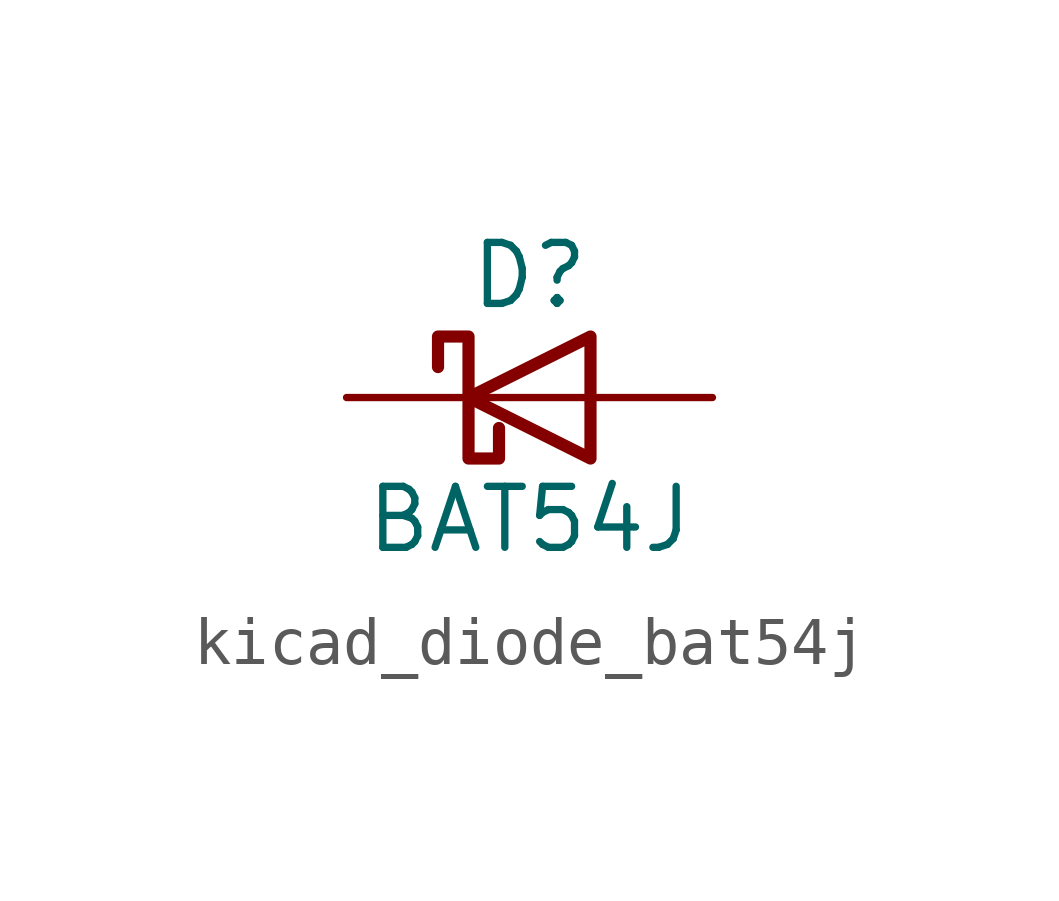
<source format=kicad_sym>
(kicad_symbol_lib
  (version 20220914)
  (generator kicad_symbol_editor)
  (symbol "kicad_diode_bat54j"
    (pin_numbers hide)
    (pin_names
      (offset 1.016) hide)
    (property "Reference" "D"
      (at 0 2.54 0)
      (effects (font (size 1.27 1.27))))
    (property "Value" "BAT54J"
      (at 0 -2.54 0)
      (effects (font (size 1.27 1.27))))
    (symbol "kicad_diode_bat54j_0_1"
      (polyline (pts (xy 1.27 0) (xy -1.27 0)) (stroke (width 0) (type default)) (fill (type none)))
      (polyline (pts (xy 1.27 1.27) (xy 1.27 -1.27) (xy -1.27 0) (xy 1.27 1.27)) (stroke (width 0.254) (type default)) (fill (type none)))
      (polyline (pts (xy -1.905 0.635) (xy -1.905 1.27) (xy -1.27 1.27) (xy -1.27 -1.27) (xy -0.635 -1.27) (xy -0.635 -0.635)) (stroke (width 0.254) (type default)) (fill (type none))))
    (symbol "kicad_diode_bat54j_1_1"
      (pin passive line (at -3.81 0 0) (length 2.54) (name "K" (effects (font (size 1.27 1.27)))) (number "1" (effects (font (size 1.27 1.27)))))
      (pin passive line (at 3.81 0 180) (length 2.54) (name "A" (effects (font (size 1.27 1.27)))) (number "2" (effects (font (size 1.27 1.27))))))))
</source>
